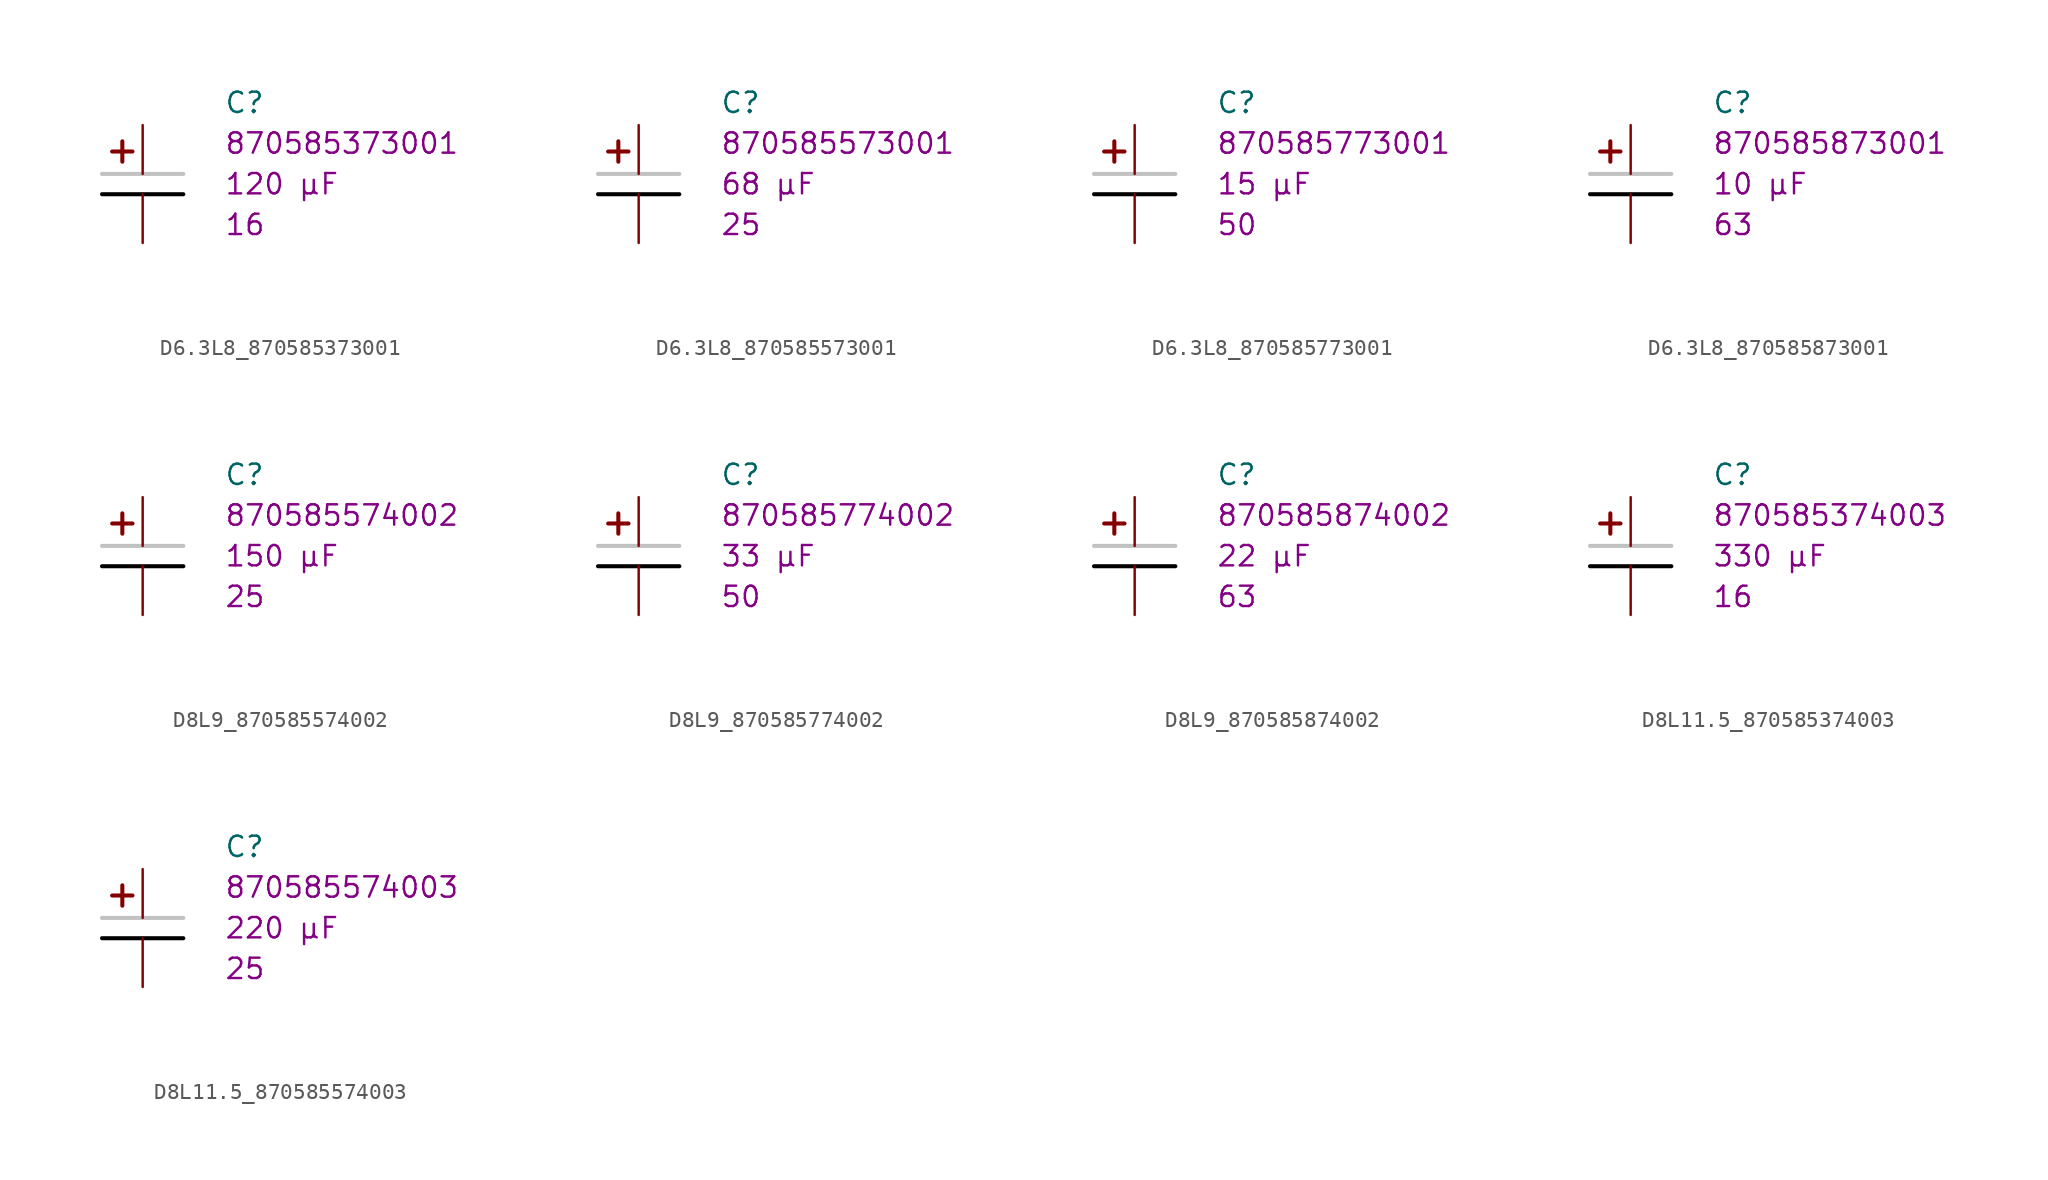
<source format=kicad_sym>
(kicad_symbol_lib
  (version 20220914)
  (generator kicad_symbol_editor)
  (symbol "D6.3L8_870585373001"
    (pin_numbers hide)
    (pin_names hide)
    (property "Reference" "C"
      (at 5.08 5.08 0)
      (effects (font (size 1.27 1.27)) (justify left)))
    (property "Part Number" "870585373001"
      (at 5.08 2.54 0)
      (effects (font (size 1.27 1.27)) (justify left)))
    (property "Capacitance" "120 µF"
      (at 5.08 0 0)
      (effects (font (size 1.27 1.27)) (justify left)))
    (property "Voltage" "16"
      (at 5.08 -2.54 0)
      (effects (font (size 1.27 1.27)) (justify left)))
    (property "Critical Parameter" ""
      (at 0 -7.62 0)
      (effects (font (size 1.27 1.27))))
    (symbol "D6.3L8_870585373001_1_1"
      (polyline (pts (xy -1.27 2.667) (xy -1.27 1.397)) (stroke (width 0.254) (type default)) (fill (type none)))
      (polyline (pts (xy -0.635 2.032) (xy -1.905 2.032)) (stroke (width 0.254) (type default)) (fill (type none)))
      (polyline (pts (xy 2.54 -0.635) (xy -2.54 -0.635)) (stroke (width 0.254) (type default) (color 0 0 0 1)) (fill (type none)))
      (polyline (pts (xy 2.54 0.635) (xy -2.54 0.635)) (stroke (width 0.254) (type default) (color 194 194 194 1)) (fill (type none)))
      (pin passive line (at 0 3.679 270) (length 3.044) (name "1" (effects (font (size 1.27 1.27)))) (number "1" (effects (font (size 1.27 1.27)))))
      (pin passive line (at 0 -3.679 90) (length 3.044) (name "2" (effects (font (size 1.27 1.27)))) (number "2" (effects (font (size 1.27 1.27)))))))
  (symbol "D6.3L8_870585573001"
    (pin_numbers hide)
    (pin_names hide)
    (property "Reference" "C"
      (at 5.08 5.08 0)
      (effects (font (size 1.27 1.27)) (justify left)))
    (property "Part Number" "870585573001"
      (at 5.08 2.54 0)
      (effects (font (size 1.27 1.27)) (justify left)))
    (property "Capacitance" "68 µF"
      (at 5.08 0 0)
      (effects (font (size 1.27 1.27)) (justify left)))
    (property "Voltage" "25"
      (at 5.08 -2.54 0)
      (effects (font (size 1.27 1.27)) (justify left)))
    (property "Critical Parameter" ""
      (at 0 -7.62 0)
      (effects (font (size 1.27 1.27))))
    (symbol "D6.3L8_870585573001_1_1"
      (polyline (pts (xy -1.27 2.667) (xy -1.27 1.397)) (stroke (width 0.254) (type default)) (fill (type none)))
      (polyline (pts (xy -0.635 2.032) (xy -1.905 2.032)) (stroke (width 0.254) (type default)) (fill (type none)))
      (polyline (pts (xy 2.54 -0.635) (xy -2.54 -0.635)) (stroke (width 0.254) (type default) (color 0 0 0 1)) (fill (type none)))
      (polyline (pts (xy 2.54 0.635) (xy -2.54 0.635)) (stroke (width 0.254) (type default) (color 194 194 194 1)) (fill (type none)))
      (pin passive line (at 0 3.679 270) (length 3.044) (name "1" (effects (font (size 1.27 1.27)))) (number "1" (effects (font (size 1.27 1.27)))))
      (pin passive line (at 0 -3.679 90) (length 3.044) (name "2" (effects (font (size 1.27 1.27)))) (number "2" (effects (font (size 1.27 1.27)))))))
  (symbol "D6.3L8_870585773001"
    (pin_numbers hide)
    (pin_names hide)
    (property "Reference" "C"
      (at 5.08 5.08 0)
      (effects (font (size 1.27 1.27)) (justify left)))
    (property "Part Number" "870585773001"
      (at 5.08 2.54 0)
      (effects (font (size 1.27 1.27)) (justify left)))
    (property "Capacitance" "15 µF"
      (at 5.08 0 0)
      (effects (font (size 1.27 1.27)) (justify left)))
    (property "Voltage" "50"
      (at 5.08 -2.54 0)
      (effects (font (size 1.27 1.27)) (justify left)))
    (property "Critical Parameter" ""
      (at 0 -7.62 0)
      (effects (font (size 1.27 1.27))))
    (symbol "D6.3L8_870585773001_1_1"
      (polyline (pts (xy -1.27 2.667) (xy -1.27 1.397)) (stroke (width 0.254) (type default)) (fill (type none)))
      (polyline (pts (xy -0.635 2.032) (xy -1.905 2.032)) (stroke (width 0.254) (type default)) (fill (type none)))
      (polyline (pts (xy 2.54 -0.635) (xy -2.54 -0.635)) (stroke (width 0.254) (type default) (color 0 0 0 1)) (fill (type none)))
      (polyline (pts (xy 2.54 0.635) (xy -2.54 0.635)) (stroke (width 0.254) (type default) (color 194 194 194 1)) (fill (type none)))
      (pin passive line (at 0 3.679 270) (length 3.044) (name "1" (effects (font (size 1.27 1.27)))) (number "1" (effects (font (size 1.27 1.27)))))
      (pin passive line (at 0 -3.679 90) (length 3.044) (name "2" (effects (font (size 1.27 1.27)))) (number "2" (effects (font (size 1.27 1.27)))))))
  (symbol "D6.3L8_870585873001"
    (pin_numbers hide)
    (pin_names hide)
    (property "Reference" "C"
      (at 5.08 5.08 0)
      (effects (font (size 1.27 1.27)) (justify left)))
    (property "Part Number" "870585873001"
      (at 5.08 2.54 0)
      (effects (font (size 1.27 1.27)) (justify left)))
    (property "Capacitance" "10 µF"
      (at 5.08 0 0)
      (effects (font (size 1.27 1.27)) (justify left)))
    (property "Voltage" "63"
      (at 5.08 -2.54 0)
      (effects (font (size 1.27 1.27)) (justify left)))
    (property "Critical Parameter" ""
      (at 0 -7.62 0)
      (effects (font (size 1.27 1.27))))
    (symbol "D6.3L8_870585873001_1_1"
      (polyline (pts (xy -1.27 2.667) (xy -1.27 1.397)) (stroke (width 0.254) (type default)) (fill (type none)))
      (polyline (pts (xy -0.635 2.032) (xy -1.905 2.032)) (stroke (width 0.254) (type default)) (fill (type none)))
      (polyline (pts (xy 2.54 -0.635) (xy -2.54 -0.635)) (stroke (width 0.254) (type default) (color 0 0 0 1)) (fill (type none)))
      (polyline (pts (xy 2.54 0.635) (xy -2.54 0.635)) (stroke (width 0.254) (type default) (color 194 194 194 1)) (fill (type none)))
      (pin passive line (at 0 3.679 270) (length 3.044) (name "1" (effects (font (size 1.27 1.27)))) (number "1" (effects (font (size 1.27 1.27)))))
      (pin passive line (at 0 -3.679 90) (length 3.044) (name "2" (effects (font (size 1.27 1.27)))) (number "2" (effects (font (size 1.27 1.27)))))))
  (symbol "D8L9_870585574002"
    (pin_numbers hide)
    (pin_names hide)
    (property "Reference" "C"
      (at 5.08 5.08 0)
      (effects (font (size 1.27 1.27)) (justify left)))
    (property "Part Number" "870585574002"
      (at 5.08 2.54 0)
      (effects (font (size 1.27 1.27)) (justify left)))
    (property "Capacitance" "150 µF"
      (at 5.08 0 0)
      (effects (font (size 1.27 1.27)) (justify left)))
    (property "Voltage" "25"
      (at 5.08 -2.54 0)
      (effects (font (size 1.27 1.27)) (justify left)))
    (property "Critical Parameter" ""
      (at 0 -7.62 0)
      (effects (font (size 1.27 1.27))))
    (symbol "D8L9_870585574002_1_1"
      (polyline (pts (xy -1.27 2.667) (xy -1.27 1.397)) (stroke (width 0.254) (type default)) (fill (type none)))
      (polyline (pts (xy -0.635 2.032) (xy -1.905 2.032)) (stroke (width 0.254) (type default)) (fill (type none)))
      (polyline (pts (xy 2.54 -0.635) (xy -2.54 -0.635)) (stroke (width 0.254) (type default) (color 0 0 0 1)) (fill (type none)))
      (polyline (pts (xy 2.54 0.635) (xy -2.54 0.635)) (stroke (width 0.254) (type default) (color 194 194 194 1)) (fill (type none)))
      (pin passive line (at 0 3.679 270) (length 3.044) (name "1" (effects (font (size 1.27 1.27)))) (number "1" (effects (font (size 1.27 1.27)))))
      (pin passive line (at 0 -3.679 90) (length 3.044) (name "2" (effects (font (size 1.27 1.27)))) (number "2" (effects (font (size 1.27 1.27)))))))
  (symbol "D8L9_870585774002"
    (pin_numbers hide)
    (pin_names hide)
    (property "Reference" "C"
      (at 5.08 5.08 0)
      (effects (font (size 1.27 1.27)) (justify left)))
    (property "Part Number" "870585774002"
      (at 5.08 2.54 0)
      (effects (font (size 1.27 1.27)) (justify left)))
    (property "Capacitance" "33 µF"
      (at 5.08 0 0)
      (effects (font (size 1.27 1.27)) (justify left)))
    (property "Voltage" "50"
      (at 5.08 -2.54 0)
      (effects (font (size 1.27 1.27)) (justify left)))
    (property "Critical Parameter" ""
      (at 0 -7.62 0)
      (effects (font (size 1.27 1.27))))
    (symbol "D8L9_870585774002_1_1"
      (polyline (pts (xy -1.27 2.667) (xy -1.27 1.397)) (stroke (width 0.254) (type default)) (fill (type none)))
      (polyline (pts (xy -0.635 2.032) (xy -1.905 2.032)) (stroke (width 0.254) (type default)) (fill (type none)))
      (polyline (pts (xy 2.54 -0.635) (xy -2.54 -0.635)) (stroke (width 0.254) (type default) (color 0 0 0 1)) (fill (type none)))
      (polyline (pts (xy 2.54 0.635) (xy -2.54 0.635)) (stroke (width 0.254) (type default) (color 194 194 194 1)) (fill (type none)))
      (pin passive line (at 0 3.679 270) (length 3.044) (name "1" (effects (font (size 1.27 1.27)))) (number "1" (effects (font (size 1.27 1.27)))))
      (pin passive line (at 0 -3.679 90) (length 3.044) (name "2" (effects (font (size 1.27 1.27)))) (number "2" (effects (font (size 1.27 1.27)))))))
  (symbol "D8L9_870585874002"
    (pin_numbers hide)
    (pin_names hide)
    (property "Reference" "C"
      (at 5.08 5.08 0)
      (effects (font (size 1.27 1.27)) (justify left)))
    (property "Part Number" "870585874002"
      (at 5.08 2.54 0)
      (effects (font (size 1.27 1.27)) (justify left)))
    (property "Capacitance" "22 µF"
      (at 5.08 0 0)
      (effects (font (size 1.27 1.27)) (justify left)))
    (property "Voltage" "63"
      (at 5.08 -2.54 0)
      (effects (font (size 1.27 1.27)) (justify left)))
    (property "Critical Parameter" ""
      (at 0 -7.62 0)
      (effects (font (size 1.27 1.27))))
    (symbol "D8L9_870585874002_1_1"
      (polyline (pts (xy -1.27 2.667) (xy -1.27 1.397)) (stroke (width 0.254) (type default)) (fill (type none)))
      (polyline (pts (xy -0.635 2.032) (xy -1.905 2.032)) (stroke (width 0.254) (type default)) (fill (type none)))
      (polyline (pts (xy 2.54 -0.635) (xy -2.54 -0.635)) (stroke (width 0.254) (type default) (color 0 0 0 1)) (fill (type none)))
      (polyline (pts (xy 2.54 0.635) (xy -2.54 0.635)) (stroke (width 0.254) (type default) (color 194 194 194 1)) (fill (type none)))
      (pin passive line (at 0 3.679 270) (length 3.044) (name "1" (effects (font (size 1.27 1.27)))) (number "1" (effects (font (size 1.27 1.27)))))
      (pin passive line (at 0 -3.679 90) (length 3.044) (name "2" (effects (font (size 1.27 1.27)))) (number "2" (effects (font (size 1.27 1.27)))))))
  (symbol "D8L11.5_870585374003"
    (pin_numbers hide)
    (pin_names hide)
    (property "Reference" "C"
      (at 5.08 5.08 0)
      (effects (font (size 1.27 1.27)) (justify left)))
    (property "Part Number" "870585374003"
      (at 5.08 2.54 0)
      (effects (font (size 1.27 1.27)) (justify left)))
    (property "Capacitance" "330 µF"
      (at 5.08 0 0)
      (effects (font (size 1.27 1.27)) (justify left)))
    (property "Voltage" "16"
      (at 5.08 -2.54 0)
      (effects (font (size 1.27 1.27)) (justify left)))
    (property "Critical Parameter" ""
      (at 0 -7.62 0)
      (effects (font (size 1.27 1.27))))
    (symbol "D8L11.5_870585374003_1_1"
      (polyline (pts (xy -1.27 2.667) (xy -1.27 1.397)) (stroke (width 0.254) (type default)) (fill (type none)))
      (polyline (pts (xy -0.635 2.032) (xy -1.905 2.032)) (stroke (width 0.254) (type default)) (fill (type none)))
      (polyline (pts (xy 2.54 -0.635) (xy -2.54 -0.635)) (stroke (width 0.254) (type default) (color 0 0 0 1)) (fill (type none)))
      (polyline (pts (xy 2.54 0.635) (xy -2.54 0.635)) (stroke (width 0.254) (type default) (color 194 194 194 1)) (fill (type none)))
      (pin passive line (at 0 3.679 270) (length 3.044) (name "1" (effects (font (size 1.27 1.27)))) (number "1" (effects (font (size 1.27 1.27)))))
      (pin passive line (at 0 -3.679 90) (length 3.044) (name "2" (effects (font (size 1.27 1.27)))) (number "2" (effects (font (size 1.27 1.27)))))))
  (symbol "D8L11.5_870585574003"
    (pin_numbers hide)
    (pin_names hide)
    (property "Reference" "C"
      (at 5.08 5.08 0)
      (effects (font (size 1.27 1.27)) (justify left)))
    (property "Part Number" "870585574003"
      (at 5.08 2.54 0)
      (effects (font (size 1.27 1.27)) (justify left)))
    (property "Capacitance" "220 µF"
      (at 5.08 0 0)
      (effects (font (size 1.27 1.27)) (justify left)))
    (property "Voltage" "25"
      (at 5.08 -2.54 0)
      (effects (font (size 1.27 1.27)) (justify left)))
    (property "Critical Parameter" ""
      (at 0 -7.62 0)
      (effects (font (size 1.27 1.27))))
    (symbol "D8L11.5_870585574003_1_1"
      (polyline (pts (xy -1.27 2.667) (xy -1.27 1.397)) (stroke (width 0.254) (type default)) (fill (type none)))
      (polyline (pts (xy -0.635 2.032) (xy -1.905 2.032)) (stroke (width 0.254) (type default)) (fill (type none)))
      (polyline (pts (xy 2.54 -0.635) (xy -2.54 -0.635)) (stroke (width 0.254) (type default) (color 0 0 0 1)) (fill (type none)))
      (polyline (pts (xy 2.54 0.635) (xy -2.54 0.635)) (stroke (width 0.254) (type default) (color 194 194 194 1)) (fill (type none)))
      (pin passive line (at 0 3.679 270) (length 3.044) (name "1" (effects (font (size 1.27 1.27)))) (number "1" (effects (font (size 1.27 1.27)))))
      (pin passive line (at 0 -3.679 90) (length 3.044) (name "2" (effects (font (size 1.27 1.27)))) (number "2" (effects (font (size 1.27 1.27))))))))
</source>
